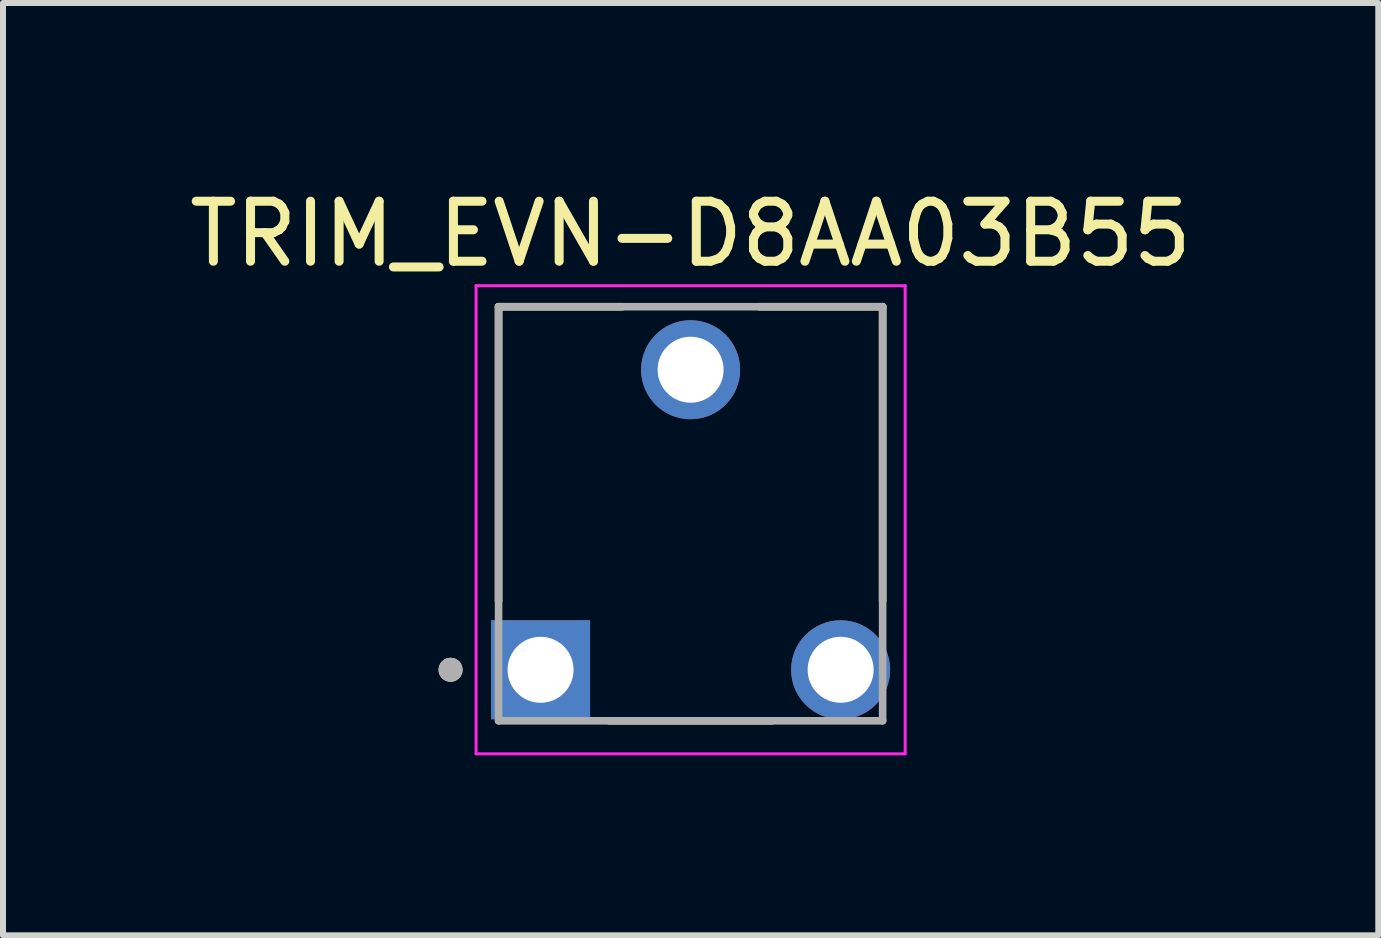
<source format=kicad_pcb>
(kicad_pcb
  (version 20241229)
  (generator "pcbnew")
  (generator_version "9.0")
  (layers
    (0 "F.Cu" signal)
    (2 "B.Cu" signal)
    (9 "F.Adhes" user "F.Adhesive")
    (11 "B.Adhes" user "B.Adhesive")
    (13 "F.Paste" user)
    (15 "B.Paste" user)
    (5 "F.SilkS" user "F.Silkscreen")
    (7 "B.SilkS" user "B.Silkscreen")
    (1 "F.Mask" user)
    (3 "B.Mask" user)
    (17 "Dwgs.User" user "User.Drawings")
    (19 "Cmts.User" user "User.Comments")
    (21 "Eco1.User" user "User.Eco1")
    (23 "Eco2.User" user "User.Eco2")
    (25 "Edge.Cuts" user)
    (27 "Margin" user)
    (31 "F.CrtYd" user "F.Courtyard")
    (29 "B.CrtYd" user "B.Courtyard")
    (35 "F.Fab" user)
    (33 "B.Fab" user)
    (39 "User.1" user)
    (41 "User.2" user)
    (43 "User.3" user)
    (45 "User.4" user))
  (footprint "TRIM_EVN-D8AA03B55"
    (layer "F.Cu")
    (at 8.458 5.611)
    (property "Reference" "TRIM_EVN-D8AA03B55" (at 0 -4.763 0) (layer "F.SilkS") (effects (font (size 1 1) (thickness 0.15))))
    (attr through_hole)
    (fp_line (start -3.2 -3.55) (end -1.145 -3.55) (stroke (width 0.127) (type solid)) (layer "F.SilkS"))
    (fp_line (start -3.2 1.355) (end -3.2 -3.55) (stroke (width 0.127) (type solid)) (layer "F.SilkS"))
    (fp_line (start -1.355 3.35) (end 1.355 3.35) (stroke (width 0.127) (type solid)) (layer "F.SilkS"))
    (fp_line (start 1.145 -3.55) (end 3.2 -3.55) (stroke (width 0.127) (type solid)) (layer "F.SilkS"))
    (fp_line (start 3.2 -3.55) (end 3.2 1.355) (stroke (width 0.127) (type solid)) (layer "F.SilkS"))
    (fp_circle (center -4 2.5) (end -3.9 2.5) (stroke (width 0.2) (type solid)) (fill no) (layer "F.SilkS"))
    (fp_line (start -3.575 -3.9) (end -3.575 3.9) (stroke (width 0.05) (type solid)) (layer "F.CrtYd"))
    (fp_line (start -3.575 3.9) (end 3.575 3.9) (stroke (width 0.05) (type solid)) (layer "F.CrtYd"))
    (fp_line (start 3.575 -3.9) (end -3.575 -3.9) (stroke (width 0.05) (type solid)) (layer "F.CrtYd"))
    (fp_line (start 3.575 3.9) (end 3.575 -3.9) (stroke (width 0.05) (type solid)) (layer "F.CrtYd"))
    (fp_line (start -3.2 -3.55) (end 3.2 -3.55) (stroke (width 0.127) (type solid)) (layer "F.Fab"))
    (fp_line (start -3.2 3.35) (end -3.2 -3.55) (stroke (width 0.127) (type solid)) (layer "F.Fab"))
    (fp_line (start 3.2 -3.55) (end 3.2 3.35) (stroke (width 0.127) (type solid)) (layer "F.Fab"))
    (fp_line (start 3.2 3.35) (end -3.2 3.35) (stroke (width 0.127) (type solid)) (layer "F.Fab"))
    (fp_circle (center -4 2.5) (end -3.9 2.5) (stroke (width 0.2) (type solid)) (fill no) (layer "F.Fab"))
    (pad "1" thru_hole rect (at -2.5 2.5) (size 1.65 1.65) (drill 1.1) (layers "*.Cu" "*.Mask"))
    (pad "2" thru_hole circle (at 0 -2.5) (size 1.65 1.65) (drill 1.1) (layers "*.Cu" "*.Mask"))
    (pad "3" thru_hole circle (at 2.5 2.5) (size 1.65 1.65) (drill 1.1) (layers "*.Cu" "*.Mask")))
  (gr_rect
    (start -3 -3)
    (end 19.917 12.536)
    (stroke (width 0.1) (type default))
    (fill no)
    (layer "Edge.Cuts")))
</source>
